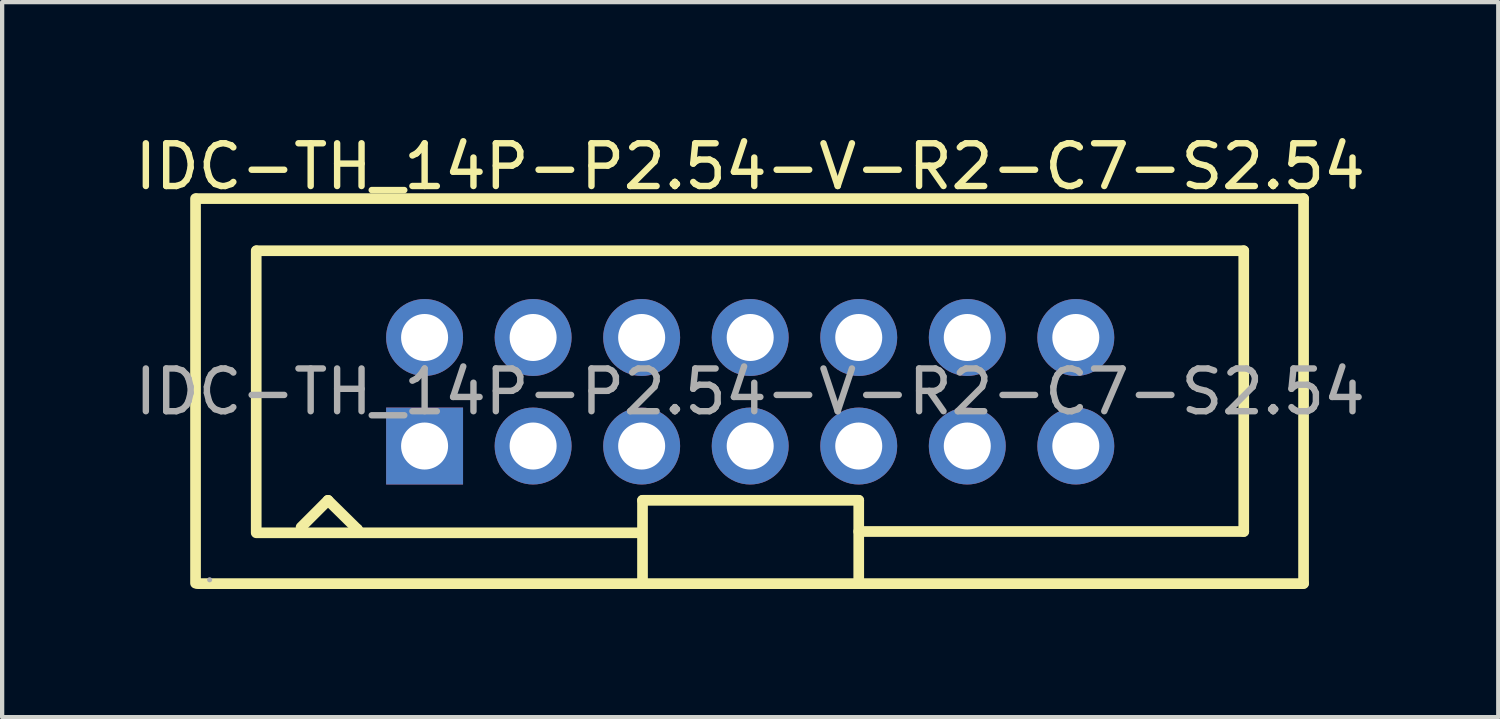
<source format=kicad_pcb>
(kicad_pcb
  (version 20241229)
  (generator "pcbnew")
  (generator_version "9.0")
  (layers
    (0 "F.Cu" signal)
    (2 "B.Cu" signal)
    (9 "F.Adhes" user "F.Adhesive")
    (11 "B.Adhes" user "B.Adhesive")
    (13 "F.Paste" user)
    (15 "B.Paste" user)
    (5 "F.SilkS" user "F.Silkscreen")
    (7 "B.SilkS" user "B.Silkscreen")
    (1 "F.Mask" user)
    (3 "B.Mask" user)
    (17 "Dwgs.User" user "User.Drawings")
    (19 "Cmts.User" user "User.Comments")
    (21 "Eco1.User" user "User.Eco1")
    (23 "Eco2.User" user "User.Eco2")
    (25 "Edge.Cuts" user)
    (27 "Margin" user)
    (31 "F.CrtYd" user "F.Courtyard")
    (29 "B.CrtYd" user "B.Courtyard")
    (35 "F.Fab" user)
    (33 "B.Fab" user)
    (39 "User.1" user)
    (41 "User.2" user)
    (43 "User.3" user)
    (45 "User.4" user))
  (footprint "IDC-TH_14P-P2.54-V-R2-C7-S2.54"
    (layer "F.Cu")
    (at 14.506 6.118)
    (property "Reference" "IDC-TH_14P-P2.54-V-R2-C7-S2.54" (at 0 -5.27 0) (layer "F.SilkS") (effects (font (size 1 1) (thickness 0.15))))
    (attr through_hole)
    (fp_line (start -12.98 4.48) (end -12.98 -4.52) (stroke (width 0.25) (type solid)) (layer "F.SilkS"))
    (fp_line (start -12.95 -4.52) (end 12.95 -4.52) (stroke (width 0.25) (type solid)) (layer "F.SilkS"))
    (fp_line (start -12.93 4.49) (end 12.95 4.49) (stroke (width 0.25) (type solid)) (layer "F.SilkS"))
    (fp_line (start -11.56 3.27) (end -11.56 -3.3) (stroke (width 0.25) (type solid)) (layer "F.SilkS"))
    (fp_line (start -11.56 3.3) (end -2.54 3.3) (stroke (width 0.25) (type solid)) (layer "F.SilkS"))
    (fp_line (start -11.55 -3.3) (end 11.55 -3.3) (stroke (width 0.25) (type solid)) (layer "F.SilkS"))
    (fp_line (start -10.51 3.17) (end -9.88 2.54) (stroke (width 0.25) (type solid)) (layer "F.SilkS"))
    (fp_line (start -9.88 2.54) (end -9.19 3.22) (stroke (width 0.25) (type solid)) (layer "F.SilkS"))
    (fp_line (start -9.19 3.22) (end -9.19 3.25) (stroke (width 0.25) (type solid)) (layer "F.SilkS"))
    (fp_line (start -2.54 3.3) (end -2.54 3.3) (stroke (width 0.25) (type solid)) (layer "F.SilkS"))
    (fp_line (start -2.52 2.54) (end 2.54 2.54) (stroke (width 0.25) (type solid)) (layer "F.SilkS"))
    (fp_line (start -2.52 4.49) (end -2.52 2.54) (stroke (width 0.25) (type solid)) (layer "F.SilkS"))
    (fp_line (start 2.54 2.54) (end 2.54 4.49) (stroke (width 0.25) (type solid)) (layer "F.SilkS"))
    (fp_line (start 11.55 -3.3) (end 11.55 3.27) (stroke (width 0.25) (type solid)) (layer "F.SilkS"))
    (fp_line (start 11.55 3.27) (end 2.54 3.27) (stroke (width 0.25) (type solid)) (layer "F.SilkS"))
    (fp_line (start 12.95 -4.52) (end 12.95 4.48) (stroke (width 0.25) (type solid)) (layer "F.SilkS"))
    (fp_circle (center -12.65 4.4) (end -12.62 4.4) (stroke (width 0.06) (type solid)) (fill no) (layer "F.Fab"))
    (fp_text user "${REFERENCE}" (at 0 0 0) (layer "F.Fab") (effects (font (size 1 1) (thickness 0.15))))
    (pad "1" thru_hole rect (at -7.62 1.27) (size 1.8 1.8) (drill 1.1) (layers "*.Cu" "*.Mask"))
    (pad "2" thru_hole circle (at -7.62 -1.27) (size 1.8 1.8) (drill 1.1) (layers "*.Cu" "*.Mask"))
    (pad "3" thru_hole circle (at -5.08 1.27) (size 1.8 1.8) (drill 1.1) (layers "*.Cu" "*.Mask"))
    (pad "4" thru_hole circle (at -5.08 -1.27) (size 1.8 1.8) (drill 1.1) (layers "*.Cu" "*.Mask"))
    (pad "5" thru_hole circle (at -2.54 1.27) (size 1.8 1.8) (drill 1.1) (layers "*.Cu" "*.Mask"))
    (pad "6" thru_hole circle (at -2.54 -1.27) (size 1.8 1.8) (drill 1.1) (layers "*.Cu" "*.Mask"))
    (pad "7" thru_hole circle (at 0 1.27) (size 1.8 1.8) (drill 1.1) (layers "*.Cu" "*.Mask"))
    (pad "8" thru_hole circle (at 0 -1.27) (size 1.8 1.8) (drill 1.1) (layers "*.Cu" "*.Mask"))
    (pad "9" thru_hole circle (at 2.54 1.27) (size 1.8 1.8) (drill 1.1) (layers "*.Cu" "*.Mask"))
    (pad "10" thru_hole circle (at 2.54 -1.27) (size 1.8 1.8) (drill 1.1) (layers "*.Cu" "*.Mask"))
    (pad "11" thru_hole circle (at 5.08 1.27) (size 1.8 1.8) (drill 1.1) (layers "*.Cu" "*.Mask"))
    (pad "12" thru_hole circle (at 5.08 -1.27) (size 1.8 1.8) (drill 1.1) (layers "*.Cu" "*.Mask"))
    (pad "13" thru_hole circle (at 7.62 1.27) (size 1.8 1.8) (drill 1.1) (layers "*.Cu" "*.Mask"))
    (pad "14" thru_hole circle (at 7.62 -1.27) (size 1.8 1.8) (drill 1.1) (layers "*.Cu" "*.Mask")))
  (gr_rect
    (start -3 -3)
    (end 32.012 13.733)
    (stroke (width 0.1) (type default))
    (fill no)
    (layer "Edge.Cuts")))
</source>
